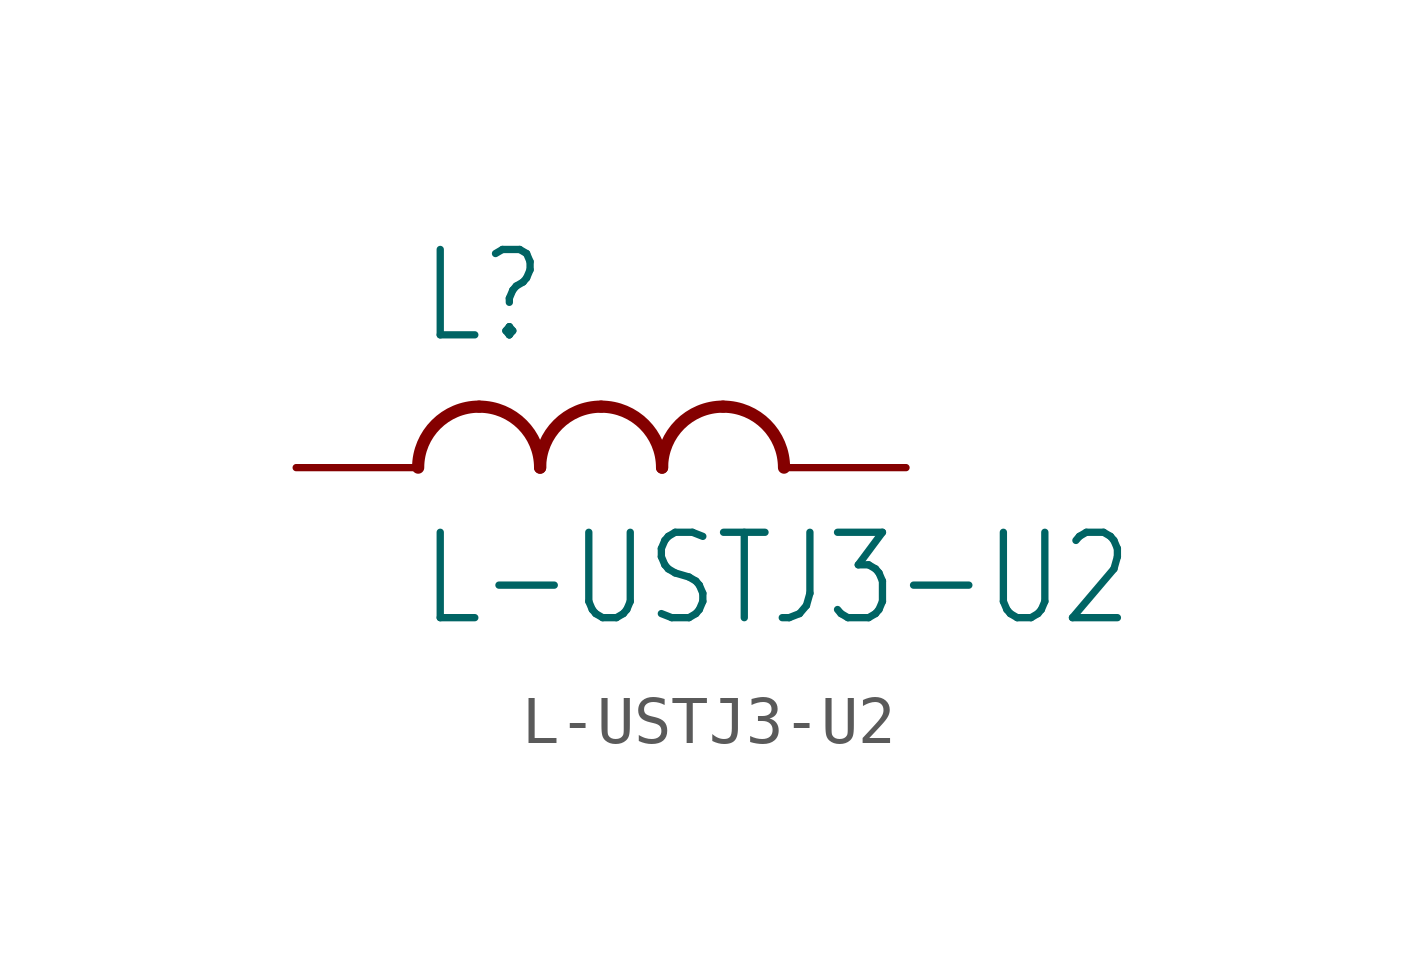
<source format=kicad_sym>
(kicad_symbol_lib
  (version 20211014)
  (generator kicad_symbol_editor)
  (symbol "L-USTJ3-U2"
    (property "Reference" "L"
      (at -5.08 2.54 0)
      (effects (font (size 1.778 1.511)) (justify left bottom)))
    (property "Value" "L-USTJ3-U2"
      (at -5.08 -1.27 0)
      (effects (font (size 1.778 1.511)) (justify left top)))
    (property "ki_locked" ""
      (at 0 0 0)
      (effects (font (size 1.27 1.27))))
    (symbol "L-USTJ3-U2_1_0"
      (arc (start -3.81 1.27) (mid -4.708 0.898) (end -5.08 0) (stroke (width 0.254) (type default) (color 0 0 0 0)) (fill (type none)))
      (arc (start -2.54 0) (mid -2.912 0.898) (end -3.81 1.27) (stroke (width 0.254) (type default) (color 0 0 0 0)) (fill (type none)))
      (arc (start -1.27 1.27) (mid -2.168 0.898) (end -2.54 0) (stroke (width 0.254) (type default) (color 0 0 0 0)) (fill (type none)))
      (arc (start 0 0) (mid -0.372 0.898) (end -1.27 1.27) (stroke (width 0.254) (type default) (color 0 0 0 0)) (fill (type none)))
      (arc (start 1.27 1.27) (mid 0.372 0.898) (end 0 0) (stroke (width 0.254) (type default) (color 0 0 0 0)) (fill (type none)))
      (arc (start 2.54 0) (mid 2.168 0.898) (end 1.27 1.27) (stroke (width 0.254) (type default) (color 0 0 0 0)) (fill (type none)))
      (pin passive line (at -7.62 0 0) (length 2.54) (name "1" (effects (font (size 0 0)))) (number "1" (effects (font (size 0 0)))))
      (pin passive line (at 5.08 0 180) (length 2.54) (name "2" (effects (font (size 0 0)))) (number "2" (effects (font (size 0 0))))))))
</source>
